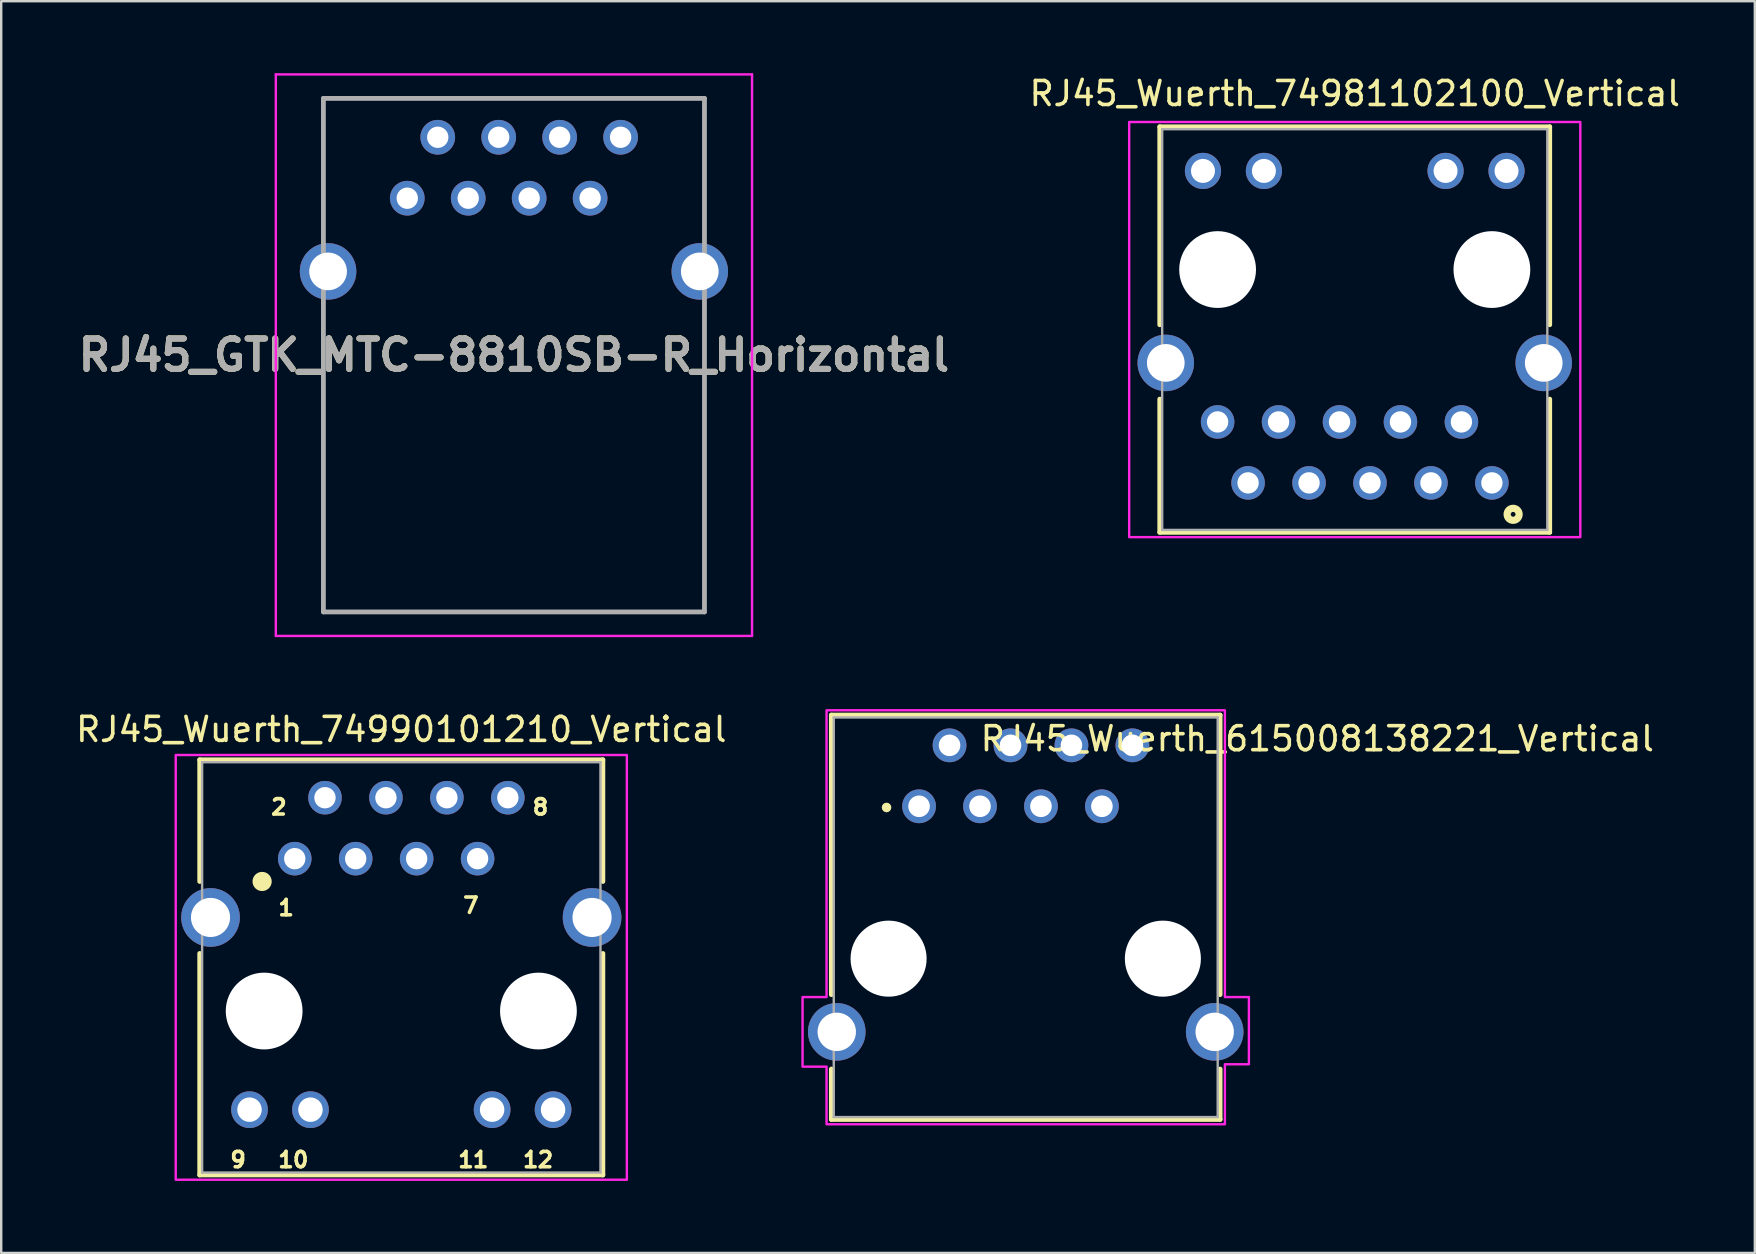
<source format=kicad_pcb>
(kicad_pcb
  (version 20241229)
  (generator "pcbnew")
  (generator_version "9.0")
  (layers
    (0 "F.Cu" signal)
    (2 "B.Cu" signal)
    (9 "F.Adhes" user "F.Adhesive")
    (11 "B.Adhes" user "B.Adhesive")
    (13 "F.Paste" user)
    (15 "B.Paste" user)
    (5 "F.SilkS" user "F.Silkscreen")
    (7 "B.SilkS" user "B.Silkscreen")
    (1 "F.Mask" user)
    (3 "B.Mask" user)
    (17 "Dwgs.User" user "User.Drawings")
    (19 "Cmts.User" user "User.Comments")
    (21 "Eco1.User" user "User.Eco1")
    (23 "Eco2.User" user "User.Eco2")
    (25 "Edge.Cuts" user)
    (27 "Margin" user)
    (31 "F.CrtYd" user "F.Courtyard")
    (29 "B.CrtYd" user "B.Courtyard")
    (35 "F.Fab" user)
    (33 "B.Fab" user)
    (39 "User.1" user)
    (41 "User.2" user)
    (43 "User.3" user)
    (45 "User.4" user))
  (footprint "RJ45_Wuerth_74990101210_Vertical"
    (layer "F.Cu")
    (at 13.673 39.083)
    (property "Reference" "RJ45_Wuerth_74990101210_Vertical" (at 0 -11.735 0) (layer "F.SilkS") (effects (font (size 1 1) (thickness 0.15))))
    (attr through_hole)
    (fp_line (start -8.4 -5.4) (end -8.4 -10.47) (stroke (width 0.2) (type solid)) (layer "F.SilkS"))
    (fp_line (start -8.4 -2.4) (end -8.4 6.83) (stroke (width 0.2) (type solid)) (layer "F.SilkS"))
    (fp_line (start 8.4 -10.47) (end -8.4 -10.47) (stroke (width 0.2) (type solid)) (layer "F.SilkS"))
    (fp_line (start 8.4 -5.4) (end 8.4 -10.47) (stroke (width 0.2) (type solid)) (layer "F.SilkS"))
    (fp_line (start 8.4 -2.4) (end 8.4 6.83) (stroke (width 0.2) (type solid)) (layer "F.SilkS"))
    (fp_line (start 8.4 6.83) (end -8.4 6.83) (stroke (width 0.2) (type solid)) (layer "F.SilkS"))
    (fp_circle (center -5.8 -5.4) (end -5.6 -5.4) (stroke (width 0.4) (type solid)) (fill no) (layer "F.SilkS"))
    (fp_poly (pts (xy -9.4 -10.67) (xy 9.4 -10.67) (xy 9.4 7.03) (xy -9.4 7.03)) (stroke (width 0.1) (type solid)) (fill no) (layer "F.CrtYd"))
    (fp_line (start -8.3 -10.37) (end 8.3 -10.37) (stroke (width 0.1) (type solid)) (layer "F.Fab"))
    (fp_line (start -8.3 6.73) (end -8.3 -10.37) (stroke (width 0.1) (type solid)) (layer "F.Fab"))
    (fp_line (start 8.3 -10.37) (end 8.3 6.73) (stroke (width 0.1) (type solid)) (layer "F.Fab"))
    (fp_line (start 8.3 6.73) (end -8.3 6.73) (stroke (width 0.1) (type solid)) (layer "F.Fab"))
    (fp_text user "12" (at 5.7 6.2 0) (layer "F.SilkS") (effects (font (size 0.64 0.64) (thickness 0.15))))
    (fp_text user "9" (at -6.8 6.2 0) (layer "F.SilkS") (effects (font (size 0.64 0.64) (thickness 0.15))))
    (fp_text user "2" (at -5.1 -8.5 0) (layer "F.SilkS") (effects (font (size 0.64 0.64) (thickness 0.15))))
    (fp_text user "10" (at -4.5 6.2 0) (layer "F.SilkS") (effects (font (size 0.64 0.64) (thickness 0.15))))
    (fp_text user "7" (at 2.9 -4.4 0) (layer "F.SilkS") (effects (font (size 0.64 0.64) (thickness 0.15))))
    (fp_text user "8" (at 5.8 -8.5 0) (layer "F.SilkS") (effects (font (size 0.64 0.64) (thickness 0.15))))
    (fp_text user "11" (at 3 6.2 0) (layer "F.SilkS") (effects (font (size 0.64 0.64) (thickness 0.15))))
    (fp_text user "1" (at -4.8 -4.3 0) (layer "F.SilkS") (effects (font (size 0.64 0.64) (thickness 0.15))))
    (pad "" np_thru_hole circle (at -5.715 0) (size 3.2 3.2) (drill 3.2) (layers "*.Cu" "*.Mask"))
    (pad "" np_thru_hole circle (at 5.715 0) (size 3.2 3.2) (drill 3.2) (layers "*.Cu" "*.Mask"))
    (pad "1" thru_hole circle (at -4.44 -6.35) (size 1.398 1.398) (drill 0.89) (layers "*.Cu" "*.Mask"))
    (pad "2" thru_hole circle (at -3.18 -8.89) (size 1.398 1.398) (drill 0.89) (layers "*.Cu" "*.Mask"))
    (pad "3" thru_hole circle (at -1.9 -6.35) (size 1.398 1.398) (drill 0.89) (layers "*.Cu" "*.Mask"))
    (pad "4" thru_hole circle (at -0.64 -8.89) (size 1.398 1.398) (drill 0.89) (layers "*.Cu" "*.Mask"))
    (pad "5" thru_hole circle (at 0.64 -6.35) (size 1.398 1.398) (drill 0.89) (layers "*.Cu" "*.Mask"))
    (pad "6" thru_hole circle (at 1.9 -8.89) (size 1.398 1.398) (drill 0.89) (layers "*.Cu" "*.Mask"))
    (pad "7" thru_hole circle (at 3.18 -6.35) (size 1.398 1.398) (drill 0.89) (layers "*.Cu" "*.Mask"))
    (pad "8" thru_hole circle (at 4.44 -8.89) (size 1.398 1.398) (drill 0.89) (layers "*.Cu" "*.Mask"))
    (pad "9" thru_hole circle (at -6.325 4.11) (size 1.53 1.53) (drill 1.02) (layers "*.Cu" "*.Mask"))
    (pad "10" thru_hole circle (at -3.785 4.11) (size 1.53 1.53) (drill 1.02) (layers "*.Cu" "*.Mask"))
    (pad "11" thru_hole circle (at 3.785 4.11) (size 1.53 1.53) (drill 1.02) (layers "*.Cu" "*.Mask"))
    (pad "12" thru_hole circle (at 6.325 4.11) (size 1.53 1.53) (drill 1.02) (layers "*.Cu" "*.Mask"))
    (pad "SH" thru_hole circle (at -7.95 -3.9) (size 2.445 2.445) (drill 1.63) (layers "*.Cu" "*.Mask"))
    (pad "SH" thru_hole circle (at 7.95 -3.9) (size 2.445 2.445) (drill 1.63) (layers "*.Cu" "*.Mask")))
  (footprint "RJ45_Wuerth_615008138221_Vertical"
    (layer "F.Cu")
    (at 39.695 35.175)
    (property "Reference" "RJ45_Wuerth_615008138221_Vertical" (at 12.15 -7.44 0) (layer "F.SilkS") (effects (font (size 1 1) (thickness 0.15))))
    (attr through_hole)
    (fp_line (start -8.1 -8.425) (end 8.1 -8.425) (stroke (width 0.2) (type solid)) (layer "F.SilkS"))
    (fp_line (start -8.1 3.225) (end -8.1 -8.425) (stroke (width 0.2) (type solid)) (layer "F.SilkS"))
    (fp_line (start -8.1 6.325) (end -8.1 8.425) (stroke (width 0.2) (type solid)) (layer "F.SilkS"))
    (fp_line (start -8.1 8.425) (end 8.1 8.425) (stroke (width 0.2) (type solid)) (layer "F.SilkS"))
    (fp_line (start 8.1 -8.425) (end 8.1 3.225) (stroke (width 0.2) (type solid)) (layer "F.SilkS"))
    (fp_line (start 8.1 8.425) (end 8.1 6.325) (stroke (width 0.2) (type solid)) (layer "F.SilkS"))
    (fp_circle (center -5.8 -4.575) (end -5.7 -4.575) (stroke (width 0.2) (type solid)) (fill no) (layer "F.SilkS"))
    (fp_poly (pts (xy -8.3 -8.625) (xy 8.3 -8.625) (xy 8.3 3.325) (xy 9.3 3.325) (xy 9.3 6.125) (xy 8.3 6.125) (xy 8.3 8.625) (xy -8.3 8.625) (xy -8.3 6.225) (xy -9.3 6.225) (xy -9.3 3.325) (xy -8.3 3.325)) (stroke (width 0.1) (type solid)) (fill no) (layer "F.CrtYd"))
    (fp_line (start -8 -8.325) (end 8 -8.325) (stroke (width 0.1) (type solid)) (layer "F.Fab"))
    (fp_line (start -8 8.325) (end -8 -8.325) (stroke (width 0.1) (type solid)) (layer "F.Fab"))
    (fp_line (start 8 -8.325) (end 8 8.325) (stroke (width 0.1) (type solid)) (layer "F.Fab"))
    (fp_line (start 8 8.325) (end -8 8.325) (stroke (width 0.1) (type solid)) (layer "F.Fab"))
    (pad "" np_thru_hole circle (at -5.715 1.725) (size 3.17 3.17) (drill 3.17) (layers "*.Cu" "*.Mask"))
    (pad "" np_thru_hole circle (at 5.715 1.725) (size 3.17 3.17) (drill 3.17) (layers "*.Cu" "*.Mask"))
    (pad "1" thru_hole circle (at -4.445 -4.625) (size 1.408 1.408) (drill 0.9) (layers "*.Cu" "*.Mask"))
    (pad "2" thru_hole circle (at -3.175 -7.165) (size 1.408 1.408) (drill 0.9) (layers "*.Cu" "*.Mask"))
    (pad "3" thru_hole circle (at -1.905 -4.625) (size 1.408 1.408) (drill 0.9) (layers "*.Cu" "*.Mask"))
    (pad "4" thru_hole circle (at -0.635 -7.165) (size 1.408 1.408) (drill 0.9) (layers "*.Cu" "*.Mask"))
    (pad "5" thru_hole circle (at 0.635 -4.625) (size 1.408 1.408) (drill 0.9) (layers "*.Cu" "*.Mask"))
    (pad "6" thru_hole circle (at 1.905 -7.165) (size 1.408 1.408) (drill 0.9) (layers "*.Cu" "*.Mask"))
    (pad "7" thru_hole circle (at 3.175 -4.625) (size 1.408 1.408) (drill 0.9) (layers "*.Cu" "*.Mask"))
    (pad "8" thru_hole circle (at 4.445 -7.165) (size 1.408 1.408) (drill 0.9) (layers "*.Cu" "*.Mask"))
    (pad "SH" thru_hole circle (at -7.875 4.775) (size 2.4 2.4) (drill 1.6) (layers "*.Cu" "*.Mask"))
    (pad "SH" thru_hole circle (at 7.875 4.775) (size 2.4 2.4) (drill 1.6) (layers "*.Cu" "*.Mask")))
  (footprint "RJ45_GTK_MTC-8810SB-R_Horizontal"
    (layer "F.Cu")
    (at 13.922 5.21)
    (property "Reference" "RJ45_GTK_MTC-8810SB-R_Horizontal" (at 4.445 6.54 0) (layer "F.SilkS") (effects (font (size 1.27 1.27) (thickness 0.254))))
    (attr through_hole)
    (fp_line (start -3.495 -4.16) (end 12.385 -4.16) (stroke (width 0.1) (type solid)) (layer "F.SilkS"))
    (fp_line (start -3.495 6.35) (end -3.495 17.24) (stroke (width 0.1) (type solid)) (layer "F.SilkS"))
    (fp_line (start -3.495 17.24) (end 12.385 17.24) (stroke (width 0.1) (type solid)) (layer "F.SilkS"))
    (fp_line (start 12.385 17.24) (end 12.385 6.35) (stroke (width 0.1) (type solid)) (layer "F.SilkS"))
    (fp_line (start -5.478 -5.16) (end 14.367 -5.16) (stroke (width 0.1) (type solid)) (layer "F.CrtYd"))
    (fp_line (start -5.478 18.24) (end -5.478 -5.16) (stroke (width 0.1) (type solid)) (layer "F.CrtYd"))
    (fp_line (start 14.367 -5.16) (end 14.367 18.24) (stroke (width 0.1) (type solid)) (layer "F.CrtYd"))
    (fp_line (start 14.367 18.24) (end -5.478 18.24) (stroke (width 0.1) (type solid)) (layer "F.CrtYd"))
    (fp_line (start -3.495 -4.16) (end 12.385 -4.16) (stroke (width 0.2) (type solid)) (layer "F.Fab"))
    (fp_line (start -3.495 17.24) (end -3.495 -4.16) (stroke (width 0.2) (type solid)) (layer "F.Fab"))
    (fp_line (start 12.385 -4.16) (end 12.385 17.24) (stroke (width 0.2) (type solid)) (layer "F.Fab"))
    (fp_line (start 12.385 17.24) (end -3.495 17.24) (stroke (width 0.2) (type solid)) (layer "F.Fab"))
    (fp_text user "${REFERENCE}" (at 4.445 6.54 0) (layer "F.Fab") (effects (font (size 1.27 1.27) (thickness 0.254))))
    (pad "1" thru_hole circle (at 0 0) (size 1.446 1.446) (drill 0.89) (layers "*.Cu" "*.Mask"))
    (pad "2" thru_hole circle (at 1.27 -2.54) (size 1.446 1.446) (drill 0.89) (layers "*.Cu" "*.Mask"))
    (pad "3" thru_hole circle (at 2.54 0) (size 1.446 1.446) (drill 0.89) (layers "*.Cu" "*.Mask"))
    (pad "4" thru_hole circle (at 3.81 -2.54) (size 1.446 1.446) (drill 0.89) (layers "*.Cu" "*.Mask"))
    (pad "5" thru_hole circle (at 5.08 0) (size 1.446 1.446) (drill 0.89) (layers "*.Cu" "*.Mask"))
    (pad "6" thru_hole circle (at 6.35 -2.54) (size 1.446 1.446) (drill 0.89) (layers "*.Cu" "*.Mask"))
    (pad "7" thru_hole circle (at 7.62 0) (size 1.446 1.446) (drill 0.89) (layers "*.Cu" "*.Mask"))
    (pad "8" thru_hole circle (at 8.89 -2.54) (size 1.446 1.446) (drill 0.89) (layers "*.Cu" "*.Mask"))
    (pad "MH" thru_hole circle (at -3.3 3.05) (size 2.355 2.355) (drill 1.57) (layers "*.Cu" "*.Mask"))
    (pad "MH" thru_hole circle (at 12.19 3.05) (size 2.355 2.355) (drill 1.57) (layers "*.Cu" "*.Mask")))
  (footprint "RJ45_Wuerth_74981102100_Vertical"
    (layer "F.Cu")
    (at 53.406 8.183)
    (property "Reference" "RJ45_Wuerth_74981102100_Vertical" (at 0 -7.335 0) (layer "F.SilkS") (effects (font (size 1 1) (thickness 0.15))))
    (attr through_hole)
    (fp_line (start -8.125 -5.95) (end -8.125 2.3) (stroke (width 0.2) (type solid)) (layer "F.SilkS"))
    (fp_line (start -8.125 10.95) (end -8.125 5.4) (stroke (width 0.2) (type solid)) (layer "F.SilkS"))
    (fp_line (start 8.125 -5.95) (end -8.125 -5.95) (stroke (width 0.2) (type solid)) (layer "F.SilkS"))
    (fp_line (start 8.125 2.3) (end 8.125 -5.95) (stroke (width 0.2) (type solid)) (layer "F.SilkS"))
    (fp_line (start 8.125 10.95) (end -8.125 10.95) (stroke (width 0.2) (type solid)) (layer "F.SilkS"))
    (fp_line (start 8.125 10.95) (end 8.125 5.4) (stroke (width 0.2) (type solid)) (layer "F.SilkS"))
    (fp_circle (center 6.6 10.2) (end 6.7 10.2) (stroke (width 0.3) (type solid)) (fill no) (layer "F.SilkS"))
    (fp_poly (pts (xy -11.275 2.15) (xy -4.475 2.15) (xy -4.475 4.75) (xy -11.275 4.75)) (stroke (width 0.1) (type solid)) (fill yes) (layer "F.Paste"))
    (fp_poly (pts (xy -7.165 -5.41) (xy -4.965 -5.41) (xy -4.965 -2.81) (xy -7.165 -2.81)) (stroke (width 0.1) (type solid)) (fill yes) (layer "F.Paste"))
    (fp_poly (pts (xy -6.735 5.05) (xy -4.535 5.05) (xy -4.535 7.65) (xy -6.735 7.65)) (stroke (width 0.1) (type solid)) (fill yes) (layer "F.Paste"))
    (fp_poly (pts (xy -5.465 7.95) (xy -3.265 7.95) (xy -3.265 10.55) (xy -5.465 10.55)) (stroke (width 0.1) (type solid)) (fill yes) (layer "F.Paste"))
    (fp_poly (pts (xy -4.625 -5.41) (xy -2.425 -5.41) (xy -2.425 -2.81) (xy -4.625 -2.81)) (stroke (width 0.1) (type solid)) (fill yes) (layer "F.Paste"))
    (fp_poly (pts (xy -4.195 5.05) (xy -1.995 5.05) (xy -1.995 7.65) (xy -4.195 7.65)) (stroke (width 0.1) (type solid)) (fill yes) (layer "F.Paste"))
    (fp_poly (pts (xy -2.925 7.95) (xy -0.725 7.95) (xy -0.725 10.55) (xy -2.925 10.55)) (stroke (width 0.1) (type solid)) (fill yes) (layer "F.Paste"))
    (fp_poly (pts (xy -1.655 5.05) (xy 0.545 5.05) (xy 0.545 7.65) (xy -1.655 7.65)) (stroke (width 0.1) (type solid)) (fill yes) (layer "F.Paste"))
    (fp_poly (pts (xy -0.385 7.95) (xy 1.815 7.95) (xy 1.815 10.55) (xy -0.385 10.55)) (stroke (width 0.1) (type solid)) (fill yes) (layer "F.Paste"))
    (fp_poly (pts (xy 0.885 5.05) (xy 3.085 5.05) (xy 3.085 7.65) (xy 0.885 7.65)) (stroke (width 0.1) (type solid)) (fill yes) (layer "F.Paste"))
    (fp_poly (pts (xy 2.155 7.95) (xy 4.355 7.95) (xy 4.355 10.55) (xy 2.155 10.55)) (stroke (width 0.1) (type solid)) (fill yes) (layer "F.Paste"))
    (fp_poly (pts (xy 2.945 -5.41) (xy 5.145 -5.41) (xy 5.145 -2.81) (xy 2.945 -2.81)) (stroke (width 0.1) (type solid)) (fill yes) (layer "F.Paste"))
    (fp_poly (pts (xy 3.425 5.05) (xy 5.625 5.05) (xy 5.625 7.65) (xy 3.425 7.65)) (stroke (width 0.1) (type solid)) (fill yes) (layer "F.Paste"))
    (fp_poly (pts (xy 4.475 2.15) (xy 11.275 2.15) (xy 11.275 4.75) (xy 4.475 4.75)) (stroke (width 0.1) (type solid)) (fill yes) (layer "F.Paste"))
    (fp_poly (pts (xy 4.695 7.95) (xy 8.195 7.95) (xy 8.195 9.55) (xy 4.695 9.55)) (stroke (width 0.1) (type solid)) (fill yes) (layer "F.Paste"))
    (fp_poly (pts (xy 5.485 -5.41) (xy 7.685 -5.41) (xy 7.685 -2.81) (xy 5.485 -2.81)) (stroke (width 0.1) (type solid)) (fill yes) (layer "F.Paste"))
    (fp_poly (pts (xy 9.4 11.15) (xy -9.4 11.15) (xy -9.4 -6.15) (xy 9.4 -6.15)) (stroke (width 0.1) (type solid)) (fill no) (layer "F.CrtYd"))
    (fp_line (start -8.025 -5.85) (end 8.025 -5.85) (stroke (width 0.1) (type solid)) (layer "F.Fab"))
    (fp_line (start -8.025 10.85) (end -8.025 -5.85) (stroke (width 0.1) (type solid)) (layer "F.Fab"))
    (fp_line (start 8.025 -5.85) (end 8.025 10.85) (stroke (width 0.1) (type solid)) (layer "F.Fab"))
    (fp_line (start 8.025 10.85) (end -8.025 10.85) (stroke (width 0.1) (type solid)) (layer "F.Fab"))
    (pad "" np_thru_hole circle (at -5.715 0) (size 3.2 3.2) (drill 3.2) (layers "*.Cu" "*.Mask"))
    (pad "" np_thru_hole circle (at 5.715 0) (size 3.2 3.2) (drill 3.2) (layers "*.Cu" "*.Mask"))
    (pad "1" thru_hole circle (at 5.715 8.89) (size 1.398 1.398) (drill 0.89) (layers "*.Cu" "*.Mask"))
    (pad "2" thru_hole circle (at 4.445 6.35) (size 1.398 1.398) (drill 0.89) (layers "*.Cu" "*.Mask"))
    (pad "3" thru_hole circle (at 3.175 8.89) (size 1.398 1.398) (drill 0.89) (layers "*.Cu" "*.Mask"))
    (pad "4" thru_hole circle (at 1.905 6.35) (size 1.398 1.398) (drill 0.89) (layers "*.Cu" "*.Mask"))
    (pad "5" thru_hole circle (at 0.635 8.89) (size 1.398 1.398) (drill 0.89) (layers "*.Cu" "*.Mask"))
    (pad "6" thru_hole circle (at -0.635 6.35) (size 1.398 1.398) (drill 0.89) (layers "*.Cu" "*.Mask"))
    (pad "7" thru_hole circle (at -1.905 8.89) (size 1.398 1.398) (drill 0.89) (layers "*.Cu" "*.Mask"))
    (pad "8" thru_hole circle (at -3.175 6.35) (size 1.398 1.398) (drill 0.89) (layers "*.Cu" "*.Mask"))
    (pad "9" thru_hole circle (at -4.445 8.89) (size 1.398 1.398) (drill 0.89) (layers "*.Cu" "*.Mask"))
    (pad "10" thru_hole circle (at -5.715 6.35) (size 1.398 1.398) (drill 0.89) (layers "*.Cu" "*.Mask"))
    (pad "11" thru_hole circle (at 6.325 -4.11) (size 1.508 1.508) (drill 1) (layers "*.Cu" "*.Mask"))
    (pad "12" thru_hole circle (at 3.785 -4.11) (size 1.508 1.508) (drill 1) (layers "*.Cu" "*.Mask"))
    (pad "13" thru_hole circle (at -3.785 -4.11) (size 1.508 1.508) (drill 1) (layers "*.Cu" "*.Mask"))
    (pad "14" thru_hole circle (at -6.325 -4.11) (size 1.508 1.508) (drill 1) (layers "*.Cu" "*.Mask"))
    (pad "S1" thru_hole circle (at 7.875 3.89) (size 2.355 2.355) (drill 1.57) (layers "*.Cu" "*.Mask"))
    (pad "S2" thru_hole circle (at -7.875 3.89) (size 2.355 2.355) (drill 1.57) (layers "*.Cu" "*.Mask")))
  (gr_rect
    (start -3 -3)
    (end 70.078 49.163)
    (stroke (width 0.1) (type default))
    (fill no)
    (layer "Edge.Cuts")))
</source>
